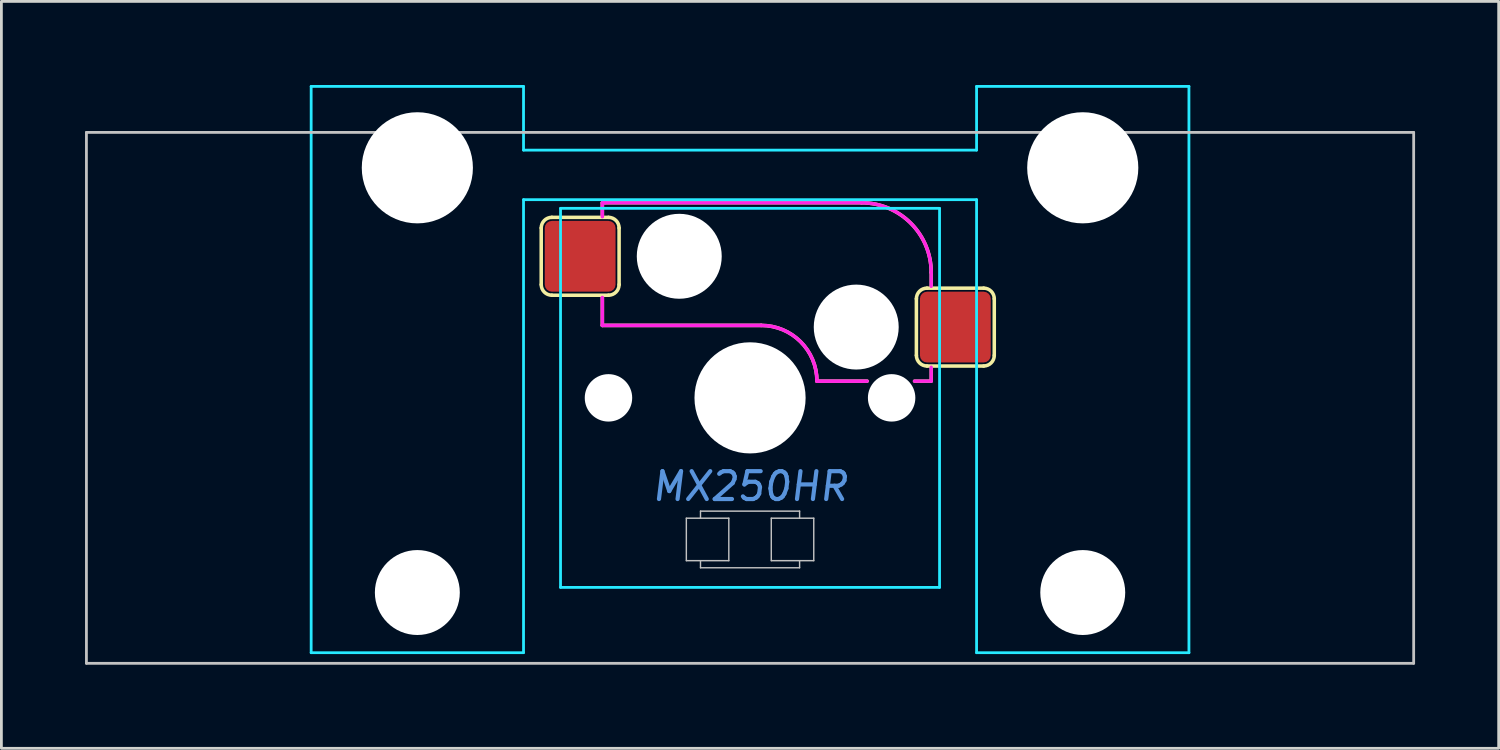
<source format=kicad_pcb>
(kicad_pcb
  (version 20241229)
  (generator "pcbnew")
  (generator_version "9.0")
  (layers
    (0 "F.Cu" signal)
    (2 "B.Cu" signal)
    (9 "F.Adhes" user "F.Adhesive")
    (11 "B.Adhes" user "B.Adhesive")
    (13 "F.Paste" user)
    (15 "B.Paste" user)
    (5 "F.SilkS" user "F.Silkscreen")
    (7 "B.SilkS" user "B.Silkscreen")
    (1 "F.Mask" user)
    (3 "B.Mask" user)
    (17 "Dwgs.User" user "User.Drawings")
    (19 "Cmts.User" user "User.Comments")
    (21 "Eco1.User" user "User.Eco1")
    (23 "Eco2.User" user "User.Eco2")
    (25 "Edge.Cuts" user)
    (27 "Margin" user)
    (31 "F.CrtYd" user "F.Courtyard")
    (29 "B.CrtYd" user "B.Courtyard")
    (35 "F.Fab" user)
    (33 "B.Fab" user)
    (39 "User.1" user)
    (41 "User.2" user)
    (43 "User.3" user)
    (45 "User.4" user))
  (footprint "MX250HR"
    (layer "F.Cu")
    (at 23.863 11.226)
    (property "Reference" "MX250HR" (at 0 3.175 0) (layer "Cmts.User") (effects (font (size 1 1) (thickness 0.15) (italic yes))))
    (attr through_hole)
    (fp_line (start -7.493 -6.096) (end -7.493 -4.064) (stroke (width 0.127) (type solid)) (layer "F.SilkS"))
    (fp_line (start -7.112 -3.683) (end -5.08 -3.683) (stroke (width 0.127) (type solid)) (layer "F.SilkS"))
    (fp_line (start -5.3 -7) (end -5.3 -6.5) (stroke (width 0.127) (type solid)) (layer "F.SilkS"))
    (fp_line (start -5.3 -3.6) (end -5.3 -2.6) (stroke (width 0.127) (type solid)) (layer "F.SilkS"))
    (fp_line (start -5.08 -6.477) (end -7.112 -6.477) (stroke (width 0.127) (type solid)) (layer "F.SilkS"))
    (fp_line (start -4.699 -4.064) (end -4.699 -6.096) (stroke (width 0.127) (type solid)) (layer "F.SilkS"))
    (fp_line (start 0.4 -2.6) (end -5.3 -2.6) (stroke (width 0.127) (type solid)) (layer "F.SilkS"))
    (fp_line (start 4 -7) (end -5.3 -7) (stroke (width 0.12) (type solid)) (layer "F.SilkS"))
    (fp_line (start 4.2 -0.6) (end 2.4 -0.6) (stroke (width 0.127) (type solid)) (layer "F.SilkS"))
    (fp_line (start 5.969 -3.556) (end 5.969 -1.524) (stroke (width 0.127) (type solid)) (layer "F.SilkS"))
    (fp_line (start 6.35 -1.143) (end 8.382 -1.143) (stroke (width 0.127) (type solid)) (layer "F.SilkS"))
    (fp_line (start 6.5 -4.5) (end 6.5 -4) (stroke (width 0.12) (type solid)) (layer "F.SilkS"))
    (fp_line (start 6.5 -1.1) (end 6.5 -0.6) (stroke (width 0.12) (type solid)) (layer "F.SilkS"))
    (fp_line (start 6.5 -0.6) (end 5.9 -0.6) (stroke (width 0.12) (type solid)) (layer "F.SilkS"))
    (fp_line (start 8.382 -3.937) (end 6.35 -3.937) (stroke (width 0.127) (type solid)) (layer "F.SilkS"))
    (fp_line (start 8.763 -1.524) (end 8.763 -3.556) (stroke (width 0.127) (type solid)) (layer "F.SilkS"))
    (fp_arc (start -7.493 -6.096) (mid -7.381408 -6.365408) (end -7.112 -6.477) (stroke (width 0.127) (type solid)) (layer "F.SilkS"))
    (fp_arc (start -7.112 -3.683) (mid -7.381408 -3.794592) (end -7.493 -4.064) (stroke (width 0.127) (type solid)) (layer "F.SilkS"))
    (fp_arc (start -5.08 -6.477) (mid -4.810592 -6.365408) (end -4.699 -6.096) (stroke (width 0.127) (type solid)) (layer "F.SilkS"))
    (fp_arc (start -4.699 -4.064) (mid -4.810592 -3.794592) (end -5.08 -3.683) (stroke (width 0.127) (type solid)) (layer "F.SilkS"))
    (fp_arc (start 0.4 -2.6) (mid 1.814214 -2.014214) (end 2.4 -0.6) (stroke (width 0.127) (type solid)) (layer "F.SilkS"))
    (fp_arc (start 4 -7) (mid 5.767767 -6.267767) (end 6.5 -4.5) (stroke (width 0.127) (type solid)) (layer "F.SilkS"))
    (fp_arc (start 5.969 -3.556) (mid 6.080592 -3.825408) (end 6.35 -3.937) (stroke (width 0.127) (type solid)) (layer "F.SilkS"))
    (fp_arc (start 6.35 -1.143) (mid 6.080592 -1.254592) (end 5.969 -1.524) (stroke (width 0.127) (type solid)) (layer "F.SilkS"))
    (fp_arc (start 8.382 -3.937) (mid 8.651408 -3.825408) (end 8.763 -3.556) (stroke (width 0.127) (type solid)) (layer "F.SilkS"))
    (fp_arc (start 8.763 -1.524) (mid 8.651408 -1.254592) (end 8.382 -1.143) (stroke (width 0.127) (type solid)) (layer "F.SilkS"))
    (fp_line (start -23.812 -9.525) (end -23.812 9.525) (stroke (width 0.1) (type solid)) (layer "Dwgs.User"))
    (fp_line (start -23.812 -9.525) (end 23.812 -9.525) (stroke (width 0.1) (type solid)) (layer "Dwgs.User"))
    (fp_line (start -23.812 9.525) (end 23.812 9.525) (stroke (width 0.1) (type solid)) (layer "Dwgs.User"))
    (fp_line (start -2.286 4.318) (end -0.762 4.318) (stroke (width 0.051) (type solid)) (layer "Dwgs.User"))
    (fp_line (start -2.286 5.842) (end -2.286 4.318) (stroke (width 0.051) (type solid)) (layer "Dwgs.User"))
    (fp_line (start -1.778 4.064) (end 1.778 4.064) (stroke (width 0.051) (type solid)) (layer "Dwgs.User"))
    (fp_line (start -1.778 4.318) (end -1.778 4.064) (stroke (width 0.051) (type solid)) (layer "Dwgs.User"))
    (fp_line (start -1.778 6.096) (end -1.778 5.842) (stroke (width 0.051) (type solid)) (layer "Dwgs.User"))
    (fp_line (start -0.762 4.318) (end -0.762 5.842) (stroke (width 0.051) (type solid)) (layer "Dwgs.User"))
    (fp_line (start -0.762 5.842) (end -2.286 5.842) (stroke (width 0.051) (type solid)) (layer "Dwgs.User"))
    (fp_line (start 0.762 4.318) (end 2.286 4.318) (stroke (width 0.051) (type solid)) (layer "Dwgs.User"))
    (fp_line (start 0.762 5.842) (end 0.762 4.318) (stroke (width 0.051) (type solid)) (layer "Dwgs.User"))
    (fp_line (start 1.778 4.064) (end 1.778 4.318) (stroke (width 0.051) (type solid)) (layer "Dwgs.User"))
    (fp_line (start 1.778 5.842) (end 1.778 6.096) (stroke (width 0.051) (type solid)) (layer "Dwgs.User"))
    (fp_line (start 1.778 6.096) (end -1.778 6.096) (stroke (width 0.051) (type solid)) (layer "Dwgs.User"))
    (fp_line (start 2.286 4.318) (end 2.286 5.842) (stroke (width 0.051) (type solid)) (layer "Dwgs.User"))
    (fp_line (start 2.286 5.842) (end 0.762 5.842) (stroke (width 0.051) (type solid)) (layer "Dwgs.User"))
    (fp_line (start 23.812 -9.525) (end 23.812 9.525) (stroke (width 0.1) (type solid)) (layer "Dwgs.User"))
    (fp_line (start -15.748 -11.176) (end -8.128 -11.176) (stroke (width 0.1) (type solid)) (layer "B.CrtYd"))
    (fp_line (start -15.748 9.144) (end -15.748 -11.176) (stroke (width 0.1) (type solid)) (layer "B.CrtYd"))
    (fp_line (start -8.128 -8.89) (end -8.128 -11.176) (stroke (width 0.1) (type solid)) (layer "B.CrtYd"))
    (fp_line (start -8.128 -7.112) (end -8.128 9.142) (stroke (width 0.1) (type solid)) (layer "B.CrtYd"))
    (fp_line (start -8.128 9.144) (end -15.748 9.144) (stroke (width 0.1) (type solid)) (layer "B.CrtYd"))
    (fp_line (start -6.8 -6.8) (end -6.8 6.8) (stroke (width 0.1) (type solid)) (layer "B.CrtYd"))
    (fp_line (start 6.8 -6.8) (end -6.8 -6.8) (stroke (width 0.1) (type solid)) (layer "B.CrtYd"))
    (fp_line (start 6.8 -6.8) (end 6.8 6.8) (stroke (width 0.1) (type solid)) (layer "B.CrtYd"))
    (fp_line (start 6.8 6.8) (end -6.8 6.8) (stroke (width 0.1) (type solid)) (layer "B.CrtYd"))
    (fp_line (start 8.128 -8.89) (end -8.128 -8.89) (stroke (width 0.1) (type solid)) (layer "B.CrtYd"))
    (fp_line (start 8.128 -8.89) (end 8.128 -11.176) (stroke (width 0.1) (type solid)) (layer "B.CrtYd"))
    (fp_line (start 8.128 -7.112) (end -8.128 -7.112) (stroke (width 0.1) (type solid)) (layer "B.CrtYd"))
    (fp_line (start 8.128 -7.112) (end 8.128 9.144) (stroke (width 0.1) (type solid)) (layer "B.CrtYd"))
    (fp_line (start 8.128 9.144) (end 15.748 9.144) (stroke (width 0.1) (type solid)) (layer "B.CrtYd"))
    (fp_line (start 15.748 -11.176) (end 8.128 -11.176) (stroke (width 0.1) (type solid)) (layer "B.CrtYd"))
    (fp_line (start 15.748 9.144) (end 15.748 -11.176) (stroke (width 0.1) (type solid)) (layer "B.CrtYd"))
    (fp_line (start -5.3 -7) (end -5.3 -6.5) (stroke (width 0.127) (type solid)) (layer "F.CrtYd"))
    (fp_line (start -5.3 -3.6) (end -5.3 -2.6) (stroke (width 0.127) (type solid)) (layer "F.CrtYd"))
    (fp_line (start -5.2 -7) (end -5.3 -7) (stroke (width 0.12) (type solid)) (layer "F.CrtYd"))
    (fp_line (start 0.4 -2.6) (end -5.3 -2.6) (stroke (width 0.127) (type solid)) (layer "F.CrtYd"))
    (fp_line (start 4 -7) (end -5.2 -7) (stroke (width 0.12) (type solid)) (layer "F.CrtYd"))
    (fp_line (start 4.2 -0.6) (end 2.4 -0.6) (stroke (width 0.127) (type solid)) (layer "F.CrtYd"))
    (fp_line (start 6.5 -4.5) (end 6.5 -4) (stroke (width 0.12) (type solid)) (layer "F.CrtYd"))
    (fp_line (start 6.5 -1.1) (end 6.5 -0.6) (stroke (width 0.12) (type solid)) (layer "F.CrtYd"))
    (fp_line (start 6.5 -0.6) (end 5.9 -0.6) (stroke (width 0.12) (type solid)) (layer "F.CrtYd"))
    (fp_arc (start 0.4 -2.6) (mid 1.814214 -2.014214) (end 2.4 -0.6) (stroke (width 0.127) (type solid)) (layer "F.CrtYd"))
    (fp_arc (start 4 -7) (mid 5.767767 -6.267767) (end 6.5 -4.5) (stroke (width 0.127) (type solid)) (layer "F.CrtYd"))
    (pad "" np_thru_hole circle (at -11.938 -8.255 180) (size 3.988 3.988) (drill 3.988) (layers "*.Cu" "*.Mask"))
    (pad "" np_thru_hole circle (at -11.938 6.985 180) (size 3.048 3.048) (drill 3.048) (layers "*.Cu" "*.Mask"))
    (pad "" np_thru_hole circle (at -5.08 0) (size 1.702 1.702) (drill 1.702) (layers "*.Cu" "*.Mask"))
    (pad "" np_thru_hole circle (at -2.54 -5.08) (size 3.048 3.048) (drill 3.048) (layers "*.Cu" "*.Mask"))
    (pad "" np_thru_hole circle (at 0 0) (size 3.988 3.988) (drill 3.988) (layers "*.Cu" "*.Mask"))
    (pad "" np_thru_hole circle (at 3.81 -2.54) (size 3.048 3.048) (drill 3.048) (layers "*.Cu" "*.Mask"))
    (pad "" np_thru_hole circle (at 5.08 0) (size 1.702 1.702) (drill 1.702) (layers "*.Cu" "*.Mask"))
    (pad "" np_thru_hole circle (at 11.938 -8.255 180) (size 3.988 3.988) (drill 3.988) (layers "*.Cu" "*.Mask"))
    (pad "" np_thru_hole circle (at 11.938 6.985 180) (size 3.048 3.048) (drill 3.048) (layers "*.Cu" "*.Mask"))
    (pad "1" smd roundrect (at -6.096 -5.08) (size 2.54 2.54) (layers "F.Cu" "F.Mask") (roundrect_rratio 0.1))
    (pad "2" smd roundrect (at 7.366 -2.54) (size 2.54 2.54) (layers "F.Cu" "F.Mask") (roundrect_rratio 0.1)))
  (gr_rect
    (start -3 -3)
    (end 50.725 23.801)
    (stroke (width 0.1) (type default))
    (fill no)
    (layer "Edge.Cuts")))
</source>
